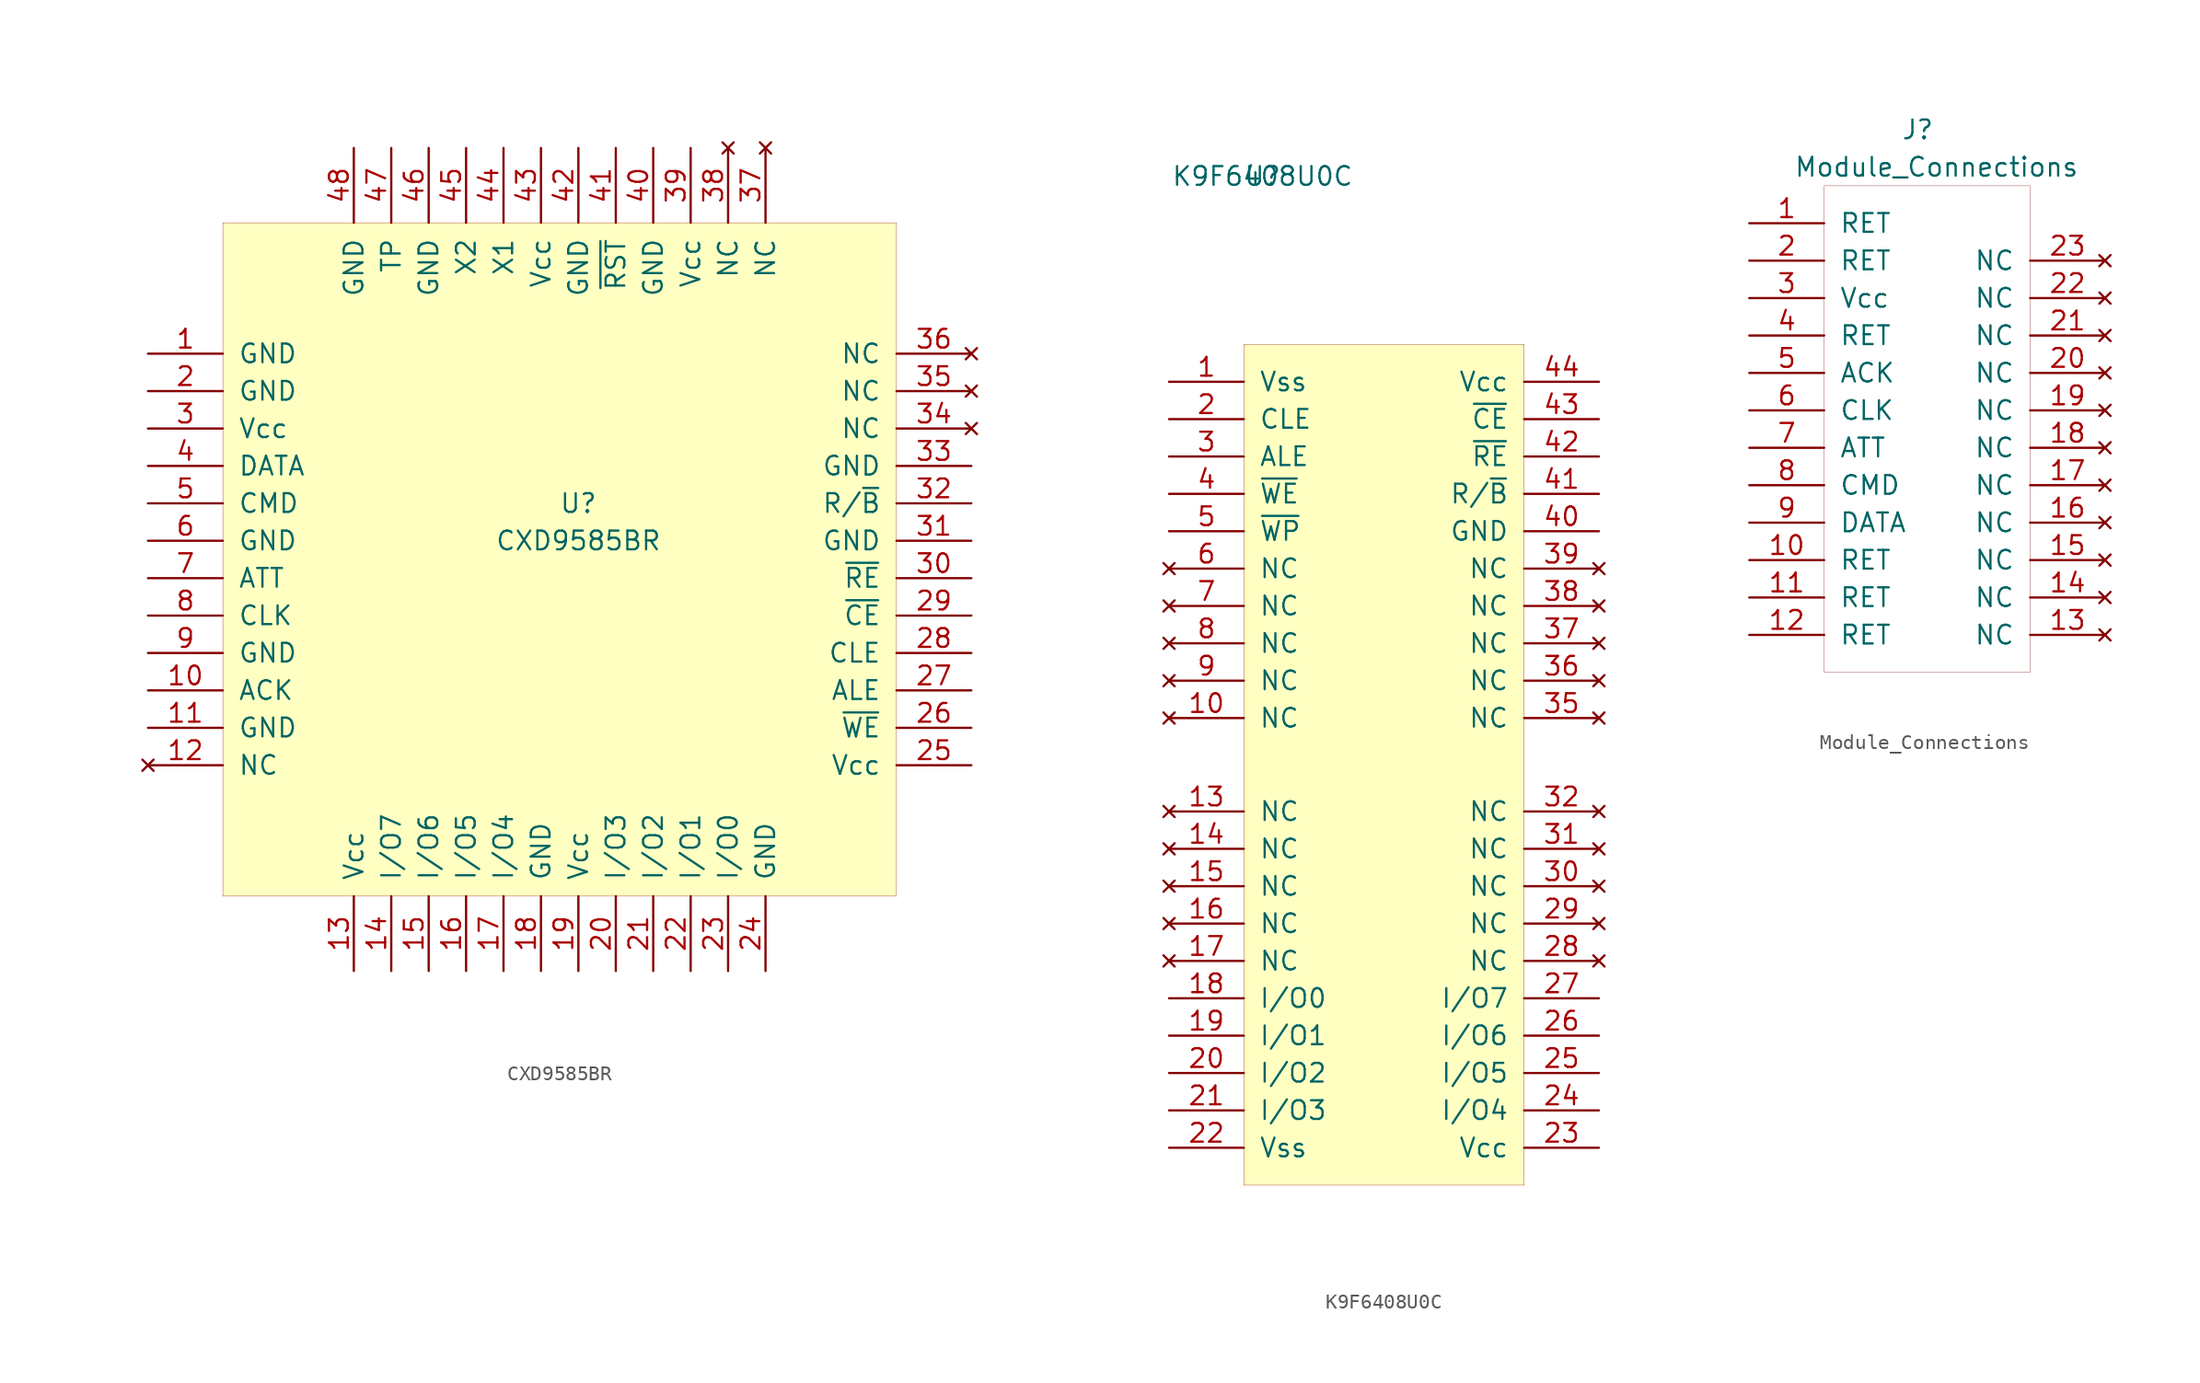
<source format=kicad_sym>
(kicad_symbol_lib
  (version 20211014)
  (generator kicad_symbol_editor)
  (symbol "CXD9585BR"
    (pin_names
      (offset 1.016))
    (property "Reference" "U"
      (at 24.13 -5.08 0)
      (effects (font (size 1.27 1.27))))
    (property "Value" "CXD9585BR"
      (at 24.13 -7.62 0)
      (effects (font (size 1.27 1.27))))
    (symbol "CXD9585BR_0_1"
      (rectangle (start 0 13.97) (end 45.72 -31.75) (stroke (width 0.001) (type default) (color 0 0 0 0)) (fill (type background))))
    (symbol "CXD9585BR_1_1"
      (pin passive line (at -5.08 5.08 0) (length 5.08) (name "GND" (effects (font (size 1.27 1.27)))) (number "1" (effects (font (size 1.27 1.27)))))
      (pin output line (at -5.08 -17.78 0) (length 5.08) (name "ACK" (effects (font (size 1.27 1.27)))) (number "10" (effects (font (size 1.27 1.27)))))
      (pin passive line (at -5.08 -20.32 0) (length 5.08) (name "GND" (effects (font (size 1.27 1.27)))) (number "11" (effects (font (size 1.27 1.27)))))
      (pin no_connect line (at -5.08 -22.86 0) (length 5.08) (name "NC" (effects (font (size 1.27 1.27)))) (number "12" (effects (font (size 1.27 1.27)))))
      (pin power_in line (at 8.89 -36.83 90) (length 5.08) (name "Vcc" (effects (font (size 1.27 1.27)))) (number "13" (effects (font (size 1.27 1.27)))))
      (pin bidirectional line (at 11.43 -36.83 90) (length 5.08) (name "I/O7" (effects (font (size 1.27 1.27)))) (number "14" (effects (font (size 1.27 1.27)))))
      (pin bidirectional line (at 13.97 -36.83 90) (length 5.08) (name "I/O6" (effects (font (size 1.27 1.27)))) (number "15" (effects (font (size 1.27 1.27)))))
      (pin bidirectional line (at 16.51 -36.83 90) (length 5.08) (name "I/O5" (effects (font (size 1.27 1.27)))) (number "16" (effects (font (size 1.27 1.27)))))
      (pin bidirectional line (at 19.05 -36.83 90) (length 5.08) (name "I/O4" (effects (font (size 1.27 1.27)))) (number "17" (effects (font (size 1.27 1.27)))))
      (pin passive line (at 21.59 -36.83 90) (length 5.08) (name "GND" (effects (font (size 1.27 1.27)))) (number "18" (effects (font (size 1.27 1.27)))))
      (pin power_in line (at 24.13 -36.83 90) (length 5.08) (name "Vcc" (effects (font (size 1.27 1.27)))) (number "19" (effects (font (size 1.27 1.27)))))
      (pin passive line (at -5.08 2.54 0) (length 5.08) (name "GND" (effects (font (size 1.27 1.27)))) (number "2" (effects (font (size 1.27 1.27)))))
      (pin bidirectional line (at 26.67 -36.83 90) (length 5.08) (name "I/O3" (effects (font (size 1.27 1.27)))) (number "20" (effects (font (size 1.27 1.27)))))
      (pin bidirectional line (at 29.21 -36.83 90) (length 5.08) (name "I/O2" (effects (font (size 1.27 1.27)))) (number "21" (effects (font (size 1.27 1.27)))))
      (pin bidirectional line (at 31.75 -36.83 90) (length 5.08) (name "I/O1" (effects (font (size 1.27 1.27)))) (number "22" (effects (font (size 1.27 1.27)))))
      (pin bidirectional line (at 34.29 -36.83 90) (length 5.08) (name "I/O0" (effects (font (size 1.27 1.27)))) (number "23" (effects (font (size 1.27 1.27)))))
      (pin passive line (at 36.83 -36.83 90) (length 5.08) (name "GND" (effects (font (size 1.27 1.27)))) (number "24" (effects (font (size 1.27 1.27)))))
      (pin power_in line (at 50.8 -22.86 180) (length 5.08) (name "Vcc" (effects (font (size 1.27 1.27)))) (number "25" (effects (font (size 1.27 1.27)))))
      (pin output line (at 50.8 -20.32 180) (length 5.08) (name "~{WE}" (effects (font (size 1.27 1.27)))) (number "26" (effects (font (size 1.27 1.27)))))
      (pin output line (at 50.8 -17.78 180) (length 5.08) (name "ALE" (effects (font (size 1.27 1.27)))) (number "27" (effects (font (size 1.27 1.27)))))
      (pin output line (at 50.8 -15.24 180) (length 5.08) (name "CLE" (effects (font (size 1.27 1.27)))) (number "28" (effects (font (size 1.27 1.27)))))
      (pin output line (at 50.8 -12.7 180) (length 5.08) (name "~{CE}" (effects (font (size 1.27 1.27)))) (number "29" (effects (font (size 1.27 1.27)))))
      (pin power_in line (at -5.08 0 0) (length 5.08) (name "Vcc" (effects (font (size 1.27 1.27)))) (number "3" (effects (font (size 1.27 1.27)))))
      (pin output line (at 50.8 -10.16 180) (length 5.08) (name "~{RE}" (effects (font (size 1.27 1.27)))) (number "30" (effects (font (size 1.27 1.27)))))
      (pin passive line (at 50.8 -7.62 180) (length 5.08) (name "GND" (effects (font (size 1.27 1.27)))) (number "31" (effects (font (size 1.27 1.27)))))
      (pin output line (at 50.8 -5.08 180) (length 5.08) (name "R/~{B}" (effects (font (size 1.27 1.27)))) (number "32" (effects (font (size 1.27 1.27)))))
      (pin passive line (at 50.8 -2.54 180) (length 5.08) (name "GND" (effects (font (size 1.27 1.27)))) (number "33" (effects (font (size 1.27 1.27)))))
      (pin no_connect line (at 50.8 0 180) (length 5.08) (name "NC" (effects (font (size 1.27 1.27)))) (number "34" (effects (font (size 1.27 1.27)))))
      (pin no_connect line (at 50.8 2.54 180) (length 5.08) (name "NC" (effects (font (size 1.27 1.27)))) (number "35" (effects (font (size 1.27 1.27)))))
      (pin no_connect line (at 50.8 5.08 180) (length 5.08) (name "NC" (effects (font (size 1.27 1.27)))) (number "36" (effects (font (size 1.27 1.27)))))
      (pin no_connect line (at 36.83 19.05 270) (length 5.08) (name "NC" (effects (font (size 1.27 1.27)))) (number "37" (effects (font (size 1.27 1.27)))))
      (pin no_connect line (at 34.29 19.05 270) (length 5.08) (name "NC" (effects (font (size 1.27 1.27)))) (number "38" (effects (font (size 1.27 1.27)))))
      (pin power_in line (at 31.75 19.05 270) (length 5.08) (name "Vcc" (effects (font (size 1.27 1.27)))) (number "39" (effects (font (size 1.27 1.27)))))
      (pin bidirectional line (at -5.08 -2.54 0) (length 5.08) (name "DATA" (effects (font (size 1.27 1.27)))) (number "4" (effects (font (size 1.27 1.27)))))
      (pin passive line (at 29.21 19.05 270) (length 5.08) (name "GND" (effects (font (size 1.27 1.27)))) (number "40" (effects (font (size 1.27 1.27)))))
      (pin input line (at 26.67 19.05 270) (length 5.08) (name "~{RST}" (effects (font (size 1.27 1.27)))) (number "41" (effects (font (size 1.27 1.27)))))
      (pin passive line (at 24.13 19.05 270) (length 5.08) (name "GND" (effects (font (size 1.27 1.27)))) (number "42" (effects (font (size 1.27 1.27)))))
      (pin power_in line (at 21.59 19.05 270) (length 5.08) (name "Vcc" (effects (font (size 1.27 1.27)))) (number "43" (effects (font (size 1.27 1.27)))))
      (pin input line (at 19.05 19.05 270) (length 5.08) (name "X1" (effects (font (size 1.27 1.27)))) (number "44" (effects (font (size 1.27 1.27)))))
      (pin input line (at 16.51 19.05 270) (length 5.08) (name "X2" (effects (font (size 1.27 1.27)))) (number "45" (effects (font (size 1.27 1.27)))))
      (pin passive line (at 13.97 19.05 270) (length 5.08) (name "GND" (effects (font (size 1.27 1.27)))) (number "46" (effects (font (size 1.27 1.27)))))
      (pin passive line (at 11.43 19.05 270) (length 5.08) (name "TP" (effects (font (size 1.27 1.27)))) (number "47" (effects (font (size 1.27 1.27)))))
      (pin passive line (at 8.89 19.05 270) (length 5.08) (name "GND" (effects (font (size 1.27 1.27)))) (number "48" (effects (font (size 1.27 1.27)))))
      (pin bidirectional line (at -5.08 -5.08 0) (length 5.08) (name "CMD" (effects (font (size 1.27 1.27)))) (number "5" (effects (font (size 1.27 1.27)))))
      (pin passive line (at -5.08 -7.62 0) (length 5.08) (name "GND" (effects (font (size 1.27 1.27)))) (number "6" (effects (font (size 1.27 1.27)))))
      (pin input line (at -5.08 -10.16 0) (length 5.08) (name "ATT" (effects (font (size 1.27 1.27)))) (number "7" (effects (font (size 1.27 1.27)))))
      (pin input line (at -5.08 -12.7 0) (length 5.08) (name "CLK" (effects (font (size 1.27 1.27)))) (number "8" (effects (font (size 1.27 1.27)))))
      (pin passive line (at -5.08 -15.24 0) (length 5.08) (name "GND" (effects (font (size 1.27 1.27)))) (number "9" (effects (font (size 1.27 1.27)))))))
  (symbol "K9F6408U0C"
    (pin_names
      (offset 1.016))
    (property "Reference" "U"
      (at 0 29.21 0)
      (effects (font (size 1.27 1.27))))
    (property "Value" "K9F6408U0C"
      (at 0 29.21 0)
      (effects (font (size 1.27 1.27))))
    (symbol "K9F6408U0C_0_1"
      (rectangle (start -1.27 17.78) (end 17.78 -39.37) (stroke (width 0.001) (type default) (color 0 0 0 0)) (fill (type background))))
    (symbol "K9F6408U0C_1_1"
      (pin passive line (at -6.35 15.24 0) (length 5.08) (name "Vss" (effects (font (size 1.27 1.27)))) (number "1" (effects (font (size 1.27 1.27)))))
      (pin no_connect line (at -6.35 -7.62 0) (length 5.08) (name "NC" (effects (font (size 1.27 1.27)))) (number "10" (effects (font (size 1.27 1.27)))))
      (pin no_connect line (at -6.35 -13.97 0) (length 5.08) (name "NC" (effects (font (size 1.27 1.27)))) (number "13" (effects (font (size 1.27 1.27)))))
      (pin no_connect line (at -6.35 -16.51 0) (length 5.08) (name "NC" (effects (font (size 1.27 1.27)))) (number "14" (effects (font (size 1.27 1.27)))))
      (pin no_connect line (at -6.35 -19.05 0) (length 5.08) (name "NC" (effects (font (size 1.27 1.27)))) (number "15" (effects (font (size 1.27 1.27)))))
      (pin no_connect line (at -6.35 -21.59 0) (length 5.08) (name "NC" (effects (font (size 1.27 1.27)))) (number "16" (effects (font (size 1.27 1.27)))))
      (pin no_connect line (at -6.35 -24.13 0) (length 5.08) (name "NC" (effects (font (size 1.27 1.27)))) (number "17" (effects (font (size 1.27 1.27)))))
      (pin bidirectional line (at -6.35 -26.67 0) (length 5.08) (name "I/O0" (effects (font (size 1.27 1.27)))) (number "18" (effects (font (size 1.27 1.27)))))
      (pin bidirectional line (at -6.35 -29.21 0) (length 5.08) (name "I/O1" (effects (font (size 1.27 1.27)))) (number "19" (effects (font (size 1.27 1.27)))))
      (pin input line (at -6.35 12.7 0) (length 5.08) (name "CLE" (effects (font (size 1.27 1.27)))) (number "2" (effects (font (size 1.27 1.27)))))
      (pin bidirectional line (at -6.35 -31.75 0) (length 5.08) (name "I/O2" (effects (font (size 1.27 1.27)))) (number "20" (effects (font (size 1.27 1.27)))))
      (pin bidirectional line (at -6.35 -34.29 0) (length 5.08) (name "I/O3" (effects (font (size 1.27 1.27)))) (number "21" (effects (font (size 1.27 1.27)))))
      (pin passive line (at -6.35 -36.83 0) (length 5.08) (name "Vss" (effects (font (size 1.27 1.27)))) (number "22" (effects (font (size 1.27 1.27)))))
      (pin power_in line (at 22.86 -36.83 180) (length 5.08) (name "Vcc" (effects (font (size 1.27 1.27)))) (number "23" (effects (font (size 1.27 1.27)))))
      (pin bidirectional line (at 22.86 -34.29 180) (length 5.08) (name "I/O4" (effects (font (size 1.27 1.27)))) (number "24" (effects (font (size 1.27 1.27)))))
      (pin bidirectional line (at 22.86 -31.75 180) (length 5.08) (name "I/O5" (effects (font (size 1.27 1.27)))) (number "25" (effects (font (size 1.27 1.27)))))
      (pin bidirectional line (at 22.86 -29.21 180) (length 5.08) (name "I/O6" (effects (font (size 1.27 1.27)))) (number "26" (effects (font (size 1.27 1.27)))))
      (pin bidirectional line (at 22.86 -26.67 180) (length 5.08) (name "I/O7" (effects (font (size 1.27 1.27)))) (number "27" (effects (font (size 1.27 1.27)))))
      (pin no_connect line (at 22.86 -24.13 180) (length 5.08) (name "NC" (effects (font (size 1.27 1.27)))) (number "28" (effects (font (size 1.27 1.27)))))
      (pin no_connect line (at 22.86 -21.59 180) (length 5.08) (name "NC" (effects (font (size 1.27 1.27)))) (number "29" (effects (font (size 1.27 1.27)))))
      (pin input line (at -6.35 10.16 0) (length 5.08) (name "ALE" (effects (font (size 1.27 1.27)))) (number "3" (effects (font (size 1.27 1.27)))))
      (pin no_connect line (at 22.86 -19.05 180) (length 5.08) (name "NC" (effects (font (size 1.27 1.27)))) (number "30" (effects (font (size 1.27 1.27)))))
      (pin no_connect line (at 22.86 -16.51 180) (length 5.08) (name "NC" (effects (font (size 1.27 1.27)))) (number "31" (effects (font (size 1.27 1.27)))))
      (pin no_connect line (at 22.86 -13.97 180) (length 5.08) (name "NC" (effects (font (size 1.27 1.27)))) (number "32" (effects (font (size 1.27 1.27)))))
      (pin no_connect line (at 22.86 -7.62 180) (length 5.08) (name "NC" (effects (font (size 1.27 1.27)))) (number "35" (effects (font (size 1.27 1.27)))))
      (pin no_connect line (at 22.86 -5.08 180) (length 5.08) (name "NC" (effects (font (size 1.27 1.27)))) (number "36" (effects (font (size 1.27 1.27)))))
      (pin no_connect line (at 22.86 -2.54 180) (length 5.08) (name "NC" (effects (font (size 1.27 1.27)))) (number "37" (effects (font (size 1.27 1.27)))))
      (pin no_connect line (at 22.86 0 180) (length 5.08) (name "NC" (effects (font (size 1.27 1.27)))) (number "38" (effects (font (size 1.27 1.27)))))
      (pin no_connect line (at 22.86 2.54 180) (length 5.08) (name "NC" (effects (font (size 1.27 1.27)))) (number "39" (effects (font (size 1.27 1.27)))))
      (pin input line (at -6.35 7.62 0) (length 5.08) (name "~{WE}" (effects (font (size 1.27 1.27)))) (number "4" (effects (font (size 1.27 1.27)))))
      (pin passive line (at 22.86 5.08 180) (length 5.08) (name "GND" (effects (font (size 1.27 1.27)))) (number "40" (effects (font (size 1.27 1.27)))))
      (pin input line (at 22.86 7.62 180) (length 5.08) (name "R/~{B}" (effects (font (size 1.27 1.27)))) (number "41" (effects (font (size 1.27 1.27)))))
      (pin input line (at 22.86 10.16 180) (length 5.08) (name "~{RE}" (effects (font (size 1.27 1.27)))) (number "42" (effects (font (size 1.27 1.27)))))
      (pin input line (at 22.86 12.7 180) (length 5.08) (name "~{CE}" (effects (font (size 1.27 1.27)))) (number "43" (effects (font (size 1.27 1.27)))))
      (pin power_in line (at 22.86 15.24 180) (length 5.08) (name "Vcc" (effects (font (size 1.27 1.27)))) (number "44" (effects (font (size 1.27 1.27)))))
      (pin input line (at -6.35 5.08 0) (length 5.08) (name "~{WP}" (effects (font (size 1.27 1.27)))) (number "5" (effects (font (size 1.27 1.27)))))
      (pin no_connect line (at -6.35 2.54 0) (length 5.08) (name "NC" (effects (font (size 1.27 1.27)))) (number "6" (effects (font (size 1.27 1.27)))))
      (pin no_connect line (at -6.35 0 0) (length 5.08) (name "NC" (effects (font (size 1.27 1.27)))) (number "7" (effects (font (size 1.27 1.27)))))
      (pin no_connect line (at -6.35 -2.54 0) (length 5.08) (name "NC" (effects (font (size 1.27 1.27)))) (number "8" (effects (font (size 1.27 1.27)))))
      (pin no_connect line (at -6.35 -5.08 0) (length 5.08) (name "NC" (effects (font (size 1.27 1.27)))) (number "9" (effects (font (size 1.27 1.27)))))))
  (symbol "Module_Connections"
    (pin_names
      (offset 1.016))
    (property "Reference" "J"
      (at 6.35 6.35 0)
      (effects (font (size 1.27 1.27))))
    (property "Value" "Module_Connections"
      (at 7.62 3.81 0)
      (effects (font (size 1.27 1.27))))
    (symbol "Module_Connections_0_1"
      (rectangle (start 0 2.54) (end 13.97 -30.48) (stroke (width 0.001) (type default) (color 0 0 0 0)) (fill (type none))))
    (symbol "Module_Connections_1_1"
      (pin passive line (at -5.08 0 0) (length 5.08) (name "RET" (effects (font (size 1.27 1.27)))) (number "1" (effects (font (size 1.27 1.27)))))
      (pin passive line (at -5.08 -22.86 0) (length 5.08) (name "RET" (effects (font (size 1.27 1.27)))) (number "10" (effects (font (size 1.27 1.27)))))
      (pin passive line (at -5.08 -25.4 0) (length 5.08) (name "RET" (effects (font (size 1.27 1.27)))) (number "11" (effects (font (size 1.27 1.27)))))
      (pin passive line (at -5.08 -27.94 0) (length 5.08) (name "RET" (effects (font (size 1.27 1.27)))) (number "12" (effects (font (size 1.27 1.27)))))
      (pin no_connect line (at 19.05 -27.94 180) (length 5.08) (name "NC" (effects (font (size 1.27 1.27)))) (number "13" (effects (font (size 1.27 1.27)))))
      (pin no_connect line (at 19.05 -25.4 180) (length 5.08) (name "NC" (effects (font (size 1.27 1.27)))) (number "14" (effects (font (size 1.27 1.27)))))
      (pin no_connect line (at 19.05 -22.86 180) (length 5.08) (name "NC" (effects (font (size 1.27 1.27)))) (number "15" (effects (font (size 1.27 1.27)))))
      (pin no_connect line (at 19.05 -20.32 180) (length 5.08) (name "NC" (effects (font (size 1.27 1.27)))) (number "16" (effects (font (size 1.27 1.27)))))
      (pin no_connect line (at 19.05 -17.78 180) (length 5.08) (name "NC" (effects (font (size 1.27 1.27)))) (number "17" (effects (font (size 1.27 1.27)))))
      (pin no_connect line (at 19.05 -15.24 180) (length 5.08) (name "NC" (effects (font (size 1.27 1.27)))) (number "18" (effects (font (size 1.27 1.27)))))
      (pin no_connect line (at 19.05 -12.7 180) (length 5.08) (name "NC" (effects (font (size 1.27 1.27)))) (number "19" (effects (font (size 1.27 1.27)))))
      (pin passive line (at -5.08 -2.54 0) (length 5.08) (name "RET" (effects (font (size 1.27 1.27)))) (number "2" (effects (font (size 1.27 1.27)))))
      (pin no_connect line (at 19.05 -10.16 180) (length 5.08) (name "NC" (effects (font (size 1.27 1.27)))) (number "20" (effects (font (size 1.27 1.27)))))
      (pin no_connect line (at 19.05 -7.62 180) (length 5.08) (name "NC" (effects (font (size 1.27 1.27)))) (number "21" (effects (font (size 1.27 1.27)))))
      (pin no_connect line (at 19.05 -5.08 180) (length 5.08) (name "NC" (effects (font (size 1.27 1.27)))) (number "22" (effects (font (size 1.27 1.27)))))
      (pin no_connect line (at 19.05 -2.54 180) (length 5.08) (name "NC" (effects (font (size 1.27 1.27)))) (number "23" (effects (font (size 1.27 1.27)))))
      (pin power_out line (at -5.08 -5.08 0) (length 5.08) (name "Vcc" (effects (font (size 1.27 1.27)))) (number "3" (effects (font (size 1.27 1.27)))))
      (pin passive line (at -5.08 -7.62 0) (length 5.08) (name "RET" (effects (font (size 1.27 1.27)))) (number "4" (effects (font (size 1.27 1.27)))))
      (pin input line (at -5.08 -10.16 0) (length 5.08) (name "ACK" (effects (font (size 1.27 1.27)))) (number "5" (effects (font (size 1.27 1.27)))))
      (pin output line (at -5.08 -12.7 0) (length 5.08) (name "CLK" (effects (font (size 1.27 1.27)))) (number "6" (effects (font (size 1.27 1.27)))))
      (pin output line (at -5.08 -15.24 0) (length 5.08) (name "ATT" (effects (font (size 1.27 1.27)))) (number "7" (effects (font (size 1.27 1.27)))))
      (pin bidirectional line (at -5.08 -17.78 0) (length 5.08) (name "CMD" (effects (font (size 1.27 1.27)))) (number "8" (effects (font (size 1.27 1.27)))))
      (pin bidirectional line (at -5.08 -20.32 0) (length 5.08) (name "DATA" (effects (font (size 1.27 1.27)))) (number "9" (effects (font (size 1.27 1.27))))))))
</source>
